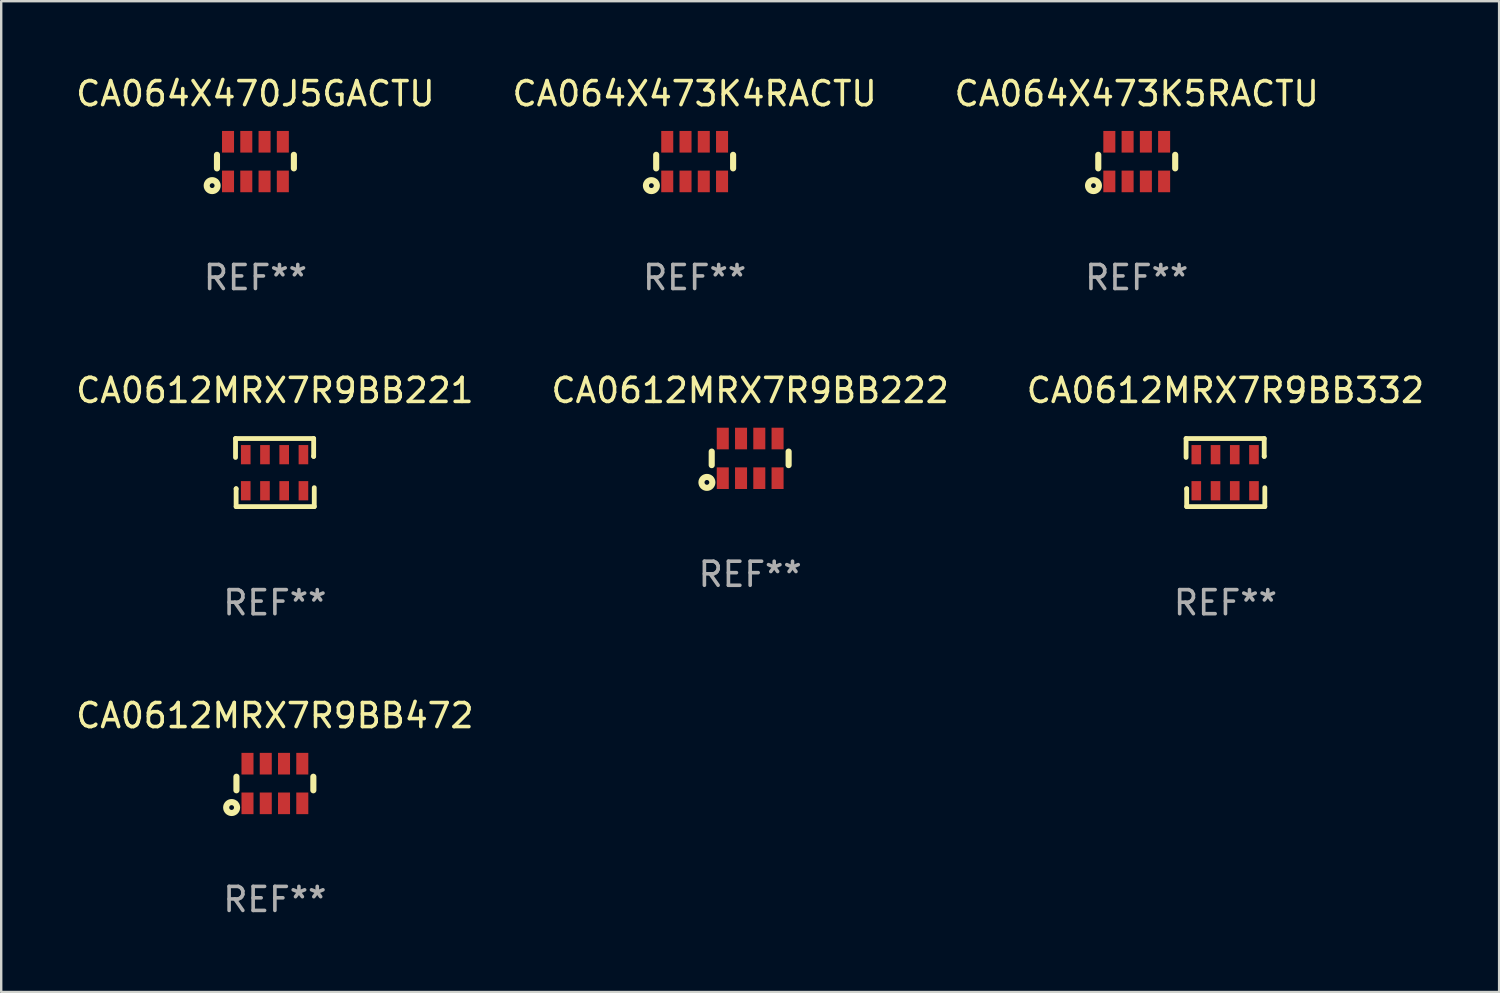
<source format=kicad_pcb>
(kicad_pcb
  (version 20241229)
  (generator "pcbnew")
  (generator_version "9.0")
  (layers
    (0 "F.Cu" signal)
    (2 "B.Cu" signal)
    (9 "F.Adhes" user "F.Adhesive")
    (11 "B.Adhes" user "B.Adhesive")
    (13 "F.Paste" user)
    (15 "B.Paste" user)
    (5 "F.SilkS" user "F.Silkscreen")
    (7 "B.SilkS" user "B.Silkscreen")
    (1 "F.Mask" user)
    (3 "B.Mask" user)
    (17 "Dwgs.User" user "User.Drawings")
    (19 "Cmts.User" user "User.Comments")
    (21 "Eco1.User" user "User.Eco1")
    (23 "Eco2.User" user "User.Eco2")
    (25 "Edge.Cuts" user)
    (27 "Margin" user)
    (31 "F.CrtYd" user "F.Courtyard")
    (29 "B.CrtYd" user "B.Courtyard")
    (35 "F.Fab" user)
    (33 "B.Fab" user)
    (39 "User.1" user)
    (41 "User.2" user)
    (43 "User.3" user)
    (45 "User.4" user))
  (footprint "CA064X470J5GACTU"
    (layer "F.Cu")
    (at 7.577 3.673)
    (property "Reference" "CA064X470J5GACTU" (at 0 -2.825 0) (layer "F.SilkS") (effects (font (size 1 1) (thickness 0.15))))
    (attr through_hole)
    (fp_line (start -1.6 -0.282) (end -1.6 0.282) (stroke (width 0.254) (type solid)) (layer "F.SilkS"))
    (fp_line (start 1.6 -0.282) (end 1.6 0.282) (stroke (width 0.254) (type solid)) (layer "F.SilkS"))
    (fp_circle (center -1.8 1) (end -1.7 1) (stroke (width 0.254) (type solid)) (fill no) (layer "F.SilkS"))
    (fp_circle (center -1.6 0.8) (end -1.57 0.8) (stroke (width 0.06) (type solid)) (fill no) (layer "F.SilkS"))
    (fp_text user "REF**" (at 0 4.825 0) (layer "F.Fab") (effects (font (size 1 1) (thickness 0.15))))
    (pad "1" smd rect (at -1.14 0.825 90) (size 0.9 0.5) (layers "F.Cu" "F.Mask" "F.Paste"))
    (pad "2" smd rect (at -0.38 0.825 90) (size 0.9 0.5) (layers "F.Cu" "F.Mask" "F.Paste"))
    (pad "3" smd rect (at 0.38 0.825 90) (size 0.9 0.5) (layers "F.Cu" "F.Mask" "F.Paste"))
    (pad "4" smd rect (at 1.14 0.825 90) (size 0.9 0.5) (layers "F.Cu" "F.Mask" "F.Paste"))
    (pad "5" smd rect (at 1.14 -0.825 90) (size 0.9 0.5) (layers "F.Cu" "F.Mask" "F.Paste"))
    (pad "6" smd rect (at 0.38 -0.825 90) (size 0.9 0.5) (layers "F.Cu" "F.Mask" "F.Paste"))
    (pad "7" smd rect (at -0.38 -0.825 90) (size 0.9 0.5) (layers "F.Cu" "F.Mask" "F.Paste"))
    (pad "8" smd rect (at -1.14 -0.825 90) (size 0.9 0.5) (layers "F.Cu" "F.Mask" "F.Paste")))
  (footprint "CA064X473K4RACTU"
    (layer "F.Cu")
    (at 25.851 3.673)
    (property "Reference" "CA064X473K4RACTU" (at 0 -2.825 0) (layer "F.SilkS") (effects (font (size 1 1) (thickness 0.15))))
    (attr through_hole)
    (fp_line (start -1.6 -0.282) (end -1.6 0.282) (stroke (width 0.254) (type solid)) (layer "F.SilkS"))
    (fp_line (start 1.6 -0.282) (end 1.6 0.282) (stroke (width 0.254) (type solid)) (layer "F.SilkS"))
    (fp_circle (center -1.8 1) (end -1.7 1) (stroke (width 0.254) (type solid)) (fill no) (layer "F.SilkS"))
    (fp_circle (center -1.6 0.8) (end -1.57 0.8) (stroke (width 0.06) (type solid)) (fill no) (layer "F.SilkS"))
    (fp_text user "REF**" (at 0 4.825 0) (layer "F.Fab") (effects (font (size 1 1) (thickness 0.15))))
    (pad "1" smd rect (at -1.14 0.825 90) (size 0.9 0.5) (layers "F.Cu" "F.Mask" "F.Paste"))
    (pad "2" smd rect (at -0.38 0.825 90) (size 0.9 0.5) (layers "F.Cu" "F.Mask" "F.Paste"))
    (pad "3" smd rect (at 0.38 0.825 90) (size 0.9 0.5) (layers "F.Cu" "F.Mask" "F.Paste"))
    (pad "4" smd rect (at 1.14 0.825 90) (size 0.9 0.5) (layers "F.Cu" "F.Mask" "F.Paste"))
    (pad "5" smd rect (at 1.14 -0.825 90) (size 0.9 0.5) (layers "F.Cu" "F.Mask" "F.Paste"))
    (pad "6" smd rect (at 0.38 -0.825 90) (size 0.9 0.5) (layers "F.Cu" "F.Mask" "F.Paste"))
    (pad "7" smd rect (at -0.38 -0.825 90) (size 0.9 0.5) (layers "F.Cu" "F.Mask" "F.Paste"))
    (pad "8" smd rect (at -1.14 -0.825 90) (size 0.9 0.5) (layers "F.Cu" "F.Mask" "F.Paste")))
  (footprint "CA0612MRX7R9BB221"
    (layer "F.Cu")
    (at 8.387 16.611)
    (property "Reference" "CA0612MRX7R9BB221" (at 0 -3.416 0) (layer "F.SilkS") (effects (font (size 1 1) (thickness 0.15))))
    (attr through_hole)
    (fp_line (start -1.638 -1.416) (end 1.613 -1.416) (stroke (width 0.2) (type solid)) (layer "F.SilkS"))
    (fp_line (start -1.638 -0.629) (end -1.638 -1.416) (stroke (width 0.2) (type solid)) (layer "F.SilkS"))
    (fp_line (start -1.613 0.673) (end -1.613 0.68) (stroke (width 0.2) (type solid)) (layer "F.SilkS"))
    (fp_line (start -1.613 1.416) (end -1.613 0.673) (stroke (width 0.2) (type solid)) (layer "F.SilkS"))
    (fp_line (start 1.613 -1.416) (end 1.613 -0.673) (stroke (width 0.2) (type solid)) (layer "F.SilkS"))
    (fp_line (start 1.613 -0.673) (end 1.613 -0.68) (stroke (width 0.2) (type solid)) (layer "F.SilkS"))
    (fp_line (start 1.638 0.629) (end 1.638 1.416) (stroke (width 0.2) (type solid)) (layer "F.SilkS"))
    (fp_line (start 1.638 1.416) (end -1.613 1.416) (stroke (width 0.2) (type solid)) (layer "F.SilkS"))
    (fp_circle (center -1.613 0.806) (end -1.583 0.806) (stroke (width 0.06) (type solid)) (fill no) (layer "F.SilkS"))
    (fp_text user "REF**" (at 0 5.416 0) (layer "F.Fab") (effects (font (size 1 1) (thickness 0.15))))
    (pad "1" smd rect (at -1.213 0.756 90) (size 0.8 0.4) (layers "F.Cu" "F.Mask" "F.Paste"))
    (pad "2" smd rect (at -0.413 0.756 90) (size 0.8 0.4) (layers "F.Cu" "F.Mask" "F.Paste"))
    (pad "3" smd rect (at 0.387 0.756 90) (size 0.8 0.4) (layers "F.Cu" "F.Mask" "F.Paste"))
    (pad "4" smd rect (at 1.187 0.756 90) (size 0.8 0.4) (layers "F.Cu" "F.Mask" "F.Paste"))
    (pad "5" smd rect (at 1.187 -0.744 90) (size 0.8 0.4) (layers "F.Cu" "F.Mask" "F.Paste"))
    (pad "6" smd rect (at 0.387 -0.744 90) (size 0.8 0.4) (layers "F.Cu" "F.Mask" "F.Paste"))
    (pad "7" smd rect (at -0.413 -0.744 90) (size 0.8 0.4) (layers "F.Cu" "F.Mask" "F.Paste"))
    (pad "8" smd rect (at -1.213 -0.744 90) (size 0.8 0.4) (layers "F.Cu" "F.Mask" "F.Paste")))
  (footprint "CA064X473K5RACTU"
    (layer "F.Cu")
    (at 44.244 3.673)
    (property "Reference" "CA064X473K5RACTU" (at 0 -2.825 0) (layer "F.SilkS") (effects (font (size 1 1) (thickness 0.15))))
    (attr through_hole)
    (fp_line (start -1.6 -0.282) (end -1.6 0.282) (stroke (width 0.254) (type solid)) (layer "F.SilkS"))
    (fp_line (start 1.6 -0.282) (end 1.6 0.282) (stroke (width 0.254) (type solid)) (layer "F.SilkS"))
    (fp_circle (center -1.8 1) (end -1.7 1) (stroke (width 0.254) (type solid)) (fill no) (layer "F.SilkS"))
    (fp_circle (center -1.6 0.8) (end -1.57 0.8) (stroke (width 0.06) (type solid)) (fill no) (layer "F.SilkS"))
    (fp_text user "REF**" (at 0 4.825 0) (layer "F.Fab") (effects (font (size 1 1) (thickness 0.15))))
    (pad "1" smd rect (at -1.14 0.825 90) (size 0.9 0.5) (layers "F.Cu" "F.Mask" "F.Paste"))
    (pad "2" smd rect (at -0.38 0.825 90) (size 0.9 0.5) (layers "F.Cu" "F.Mask" "F.Paste"))
    (pad "3" smd rect (at 0.38 0.825 90) (size 0.9 0.5) (layers "F.Cu" "F.Mask" "F.Paste"))
    (pad "4" smd rect (at 1.14 0.825 90) (size 0.9 0.5) (layers "F.Cu" "F.Mask" "F.Paste"))
    (pad "5" smd rect (at 1.14 -0.825 90) (size 0.9 0.5) (layers "F.Cu" "F.Mask" "F.Paste"))
    (pad "6" smd rect (at 0.38 -0.825 90) (size 0.9 0.5) (layers "F.Cu" "F.Mask" "F.Paste"))
    (pad "7" smd rect (at -0.38 -0.825 90) (size 0.9 0.5) (layers "F.Cu" "F.Mask" "F.Paste"))
    (pad "8" smd rect (at -1.14 -0.825 90) (size 0.9 0.5) (layers "F.Cu" "F.Mask" "F.Paste")))
  (footprint "CA0612MRX7R9BB222"
    (layer "F.Cu")
    (at 28.161 16.02)
    (property "Reference" "CA0612MRX7R9BB222" (at 0 -2.825 0) (layer "F.SilkS") (effects (font (size 1 1) (thickness 0.15))))
    (attr through_hole)
    (fp_line (start -1.6 -0.282) (end -1.6 0.282) (stroke (width 0.254) (type solid)) (layer "F.SilkS"))
    (fp_line (start 1.6 -0.282) (end 1.6 0.282) (stroke (width 0.254) (type solid)) (layer "F.SilkS"))
    (fp_circle (center -1.8 1) (end -1.7 1) (stroke (width 0.254) (type solid)) (fill no) (layer "F.SilkS"))
    (fp_circle (center -1.6 0.8) (end -1.57 0.8) (stroke (width 0.06) (type solid)) (fill no) (layer "F.SilkS"))
    (fp_text user "REF**" (at 0 4.825 0) (layer "F.Fab") (effects (font (size 1 1) (thickness 0.15))))
    (pad "1" smd rect (at -1.14 0.825 90) (size 0.9 0.5) (layers "F.Cu" "F.Mask" "F.Paste"))
    (pad "2" smd rect (at -0.38 0.825 90) (size 0.9 0.5) (layers "F.Cu" "F.Mask" "F.Paste"))
    (pad "3" smd rect (at 0.38 0.825 90) (size 0.9 0.5) (layers "F.Cu" "F.Mask" "F.Paste"))
    (pad "4" smd rect (at 1.14 0.825 90) (size 0.9 0.5) (layers "F.Cu" "F.Mask" "F.Paste"))
    (pad "5" smd rect (at 1.14 -0.825 90) (size 0.9 0.5) (layers "F.Cu" "F.Mask" "F.Paste"))
    (pad "6" smd rect (at 0.38 -0.825 90) (size 0.9 0.5) (layers "F.Cu" "F.Mask" "F.Paste"))
    (pad "7" smd rect (at -0.38 -0.825 90) (size 0.9 0.5) (layers "F.Cu" "F.Mask" "F.Paste"))
    (pad "8" smd rect (at -1.14 -0.825 90) (size 0.9 0.5) (layers "F.Cu" "F.Mask" "F.Paste")))
  (footprint "CA0612MRX7R9BB472"
    (layer "F.Cu")
    (at 8.387 29.548)
    (property "Reference" "CA0612MRX7R9BB472" (at 0 -2.825 0) (layer "F.SilkS") (effects (font (size 1 1) (thickness 0.15))))
    (attr through_hole)
    (fp_line (start -1.6 -0.282) (end -1.6 0.282) (stroke (width 0.254) (type solid)) (layer "F.SilkS"))
    (fp_line (start 1.6 -0.282) (end 1.6 0.282) (stroke (width 0.254) (type solid)) (layer "F.SilkS"))
    (fp_circle (center -1.8 1) (end -1.7 1) (stroke (width 0.254) (type solid)) (fill no) (layer "F.SilkS"))
    (fp_circle (center -1.6 0.8) (end -1.57 0.8) (stroke (width 0.06) (type solid)) (fill no) (layer "F.SilkS"))
    (fp_text user "REF**" (at 0 4.825 0) (layer "F.Fab") (effects (font (size 1 1) (thickness 0.15))))
    (pad "1" smd rect (at -1.14 0.825 90) (size 0.9 0.5) (layers "F.Cu" "F.Mask" "F.Paste"))
    (pad "2" smd rect (at -0.38 0.825 90) (size 0.9 0.5) (layers "F.Cu" "F.Mask" "F.Paste"))
    (pad "3" smd rect (at 0.38 0.825 90) (size 0.9 0.5) (layers "F.Cu" "F.Mask" "F.Paste"))
    (pad "4" smd rect (at 1.14 0.825 90) (size 0.9 0.5) (layers "F.Cu" "F.Mask" "F.Paste"))
    (pad "5" smd rect (at 1.14 -0.825 90) (size 0.9 0.5) (layers "F.Cu" "F.Mask" "F.Paste"))
    (pad "6" smd rect (at 0.38 -0.825 90) (size 0.9 0.5) (layers "F.Cu" "F.Mask" "F.Paste"))
    (pad "7" smd rect (at -0.38 -0.825 90) (size 0.9 0.5) (layers "F.Cu" "F.Mask" "F.Paste"))
    (pad "8" smd rect (at -1.14 -0.825 90) (size 0.9 0.5) (layers "F.Cu" "F.Mask" "F.Paste")))
  (footprint "CA0612MRX7R9BB332"
    (layer "F.Cu")
    (at 47.935 16.611)
    (property "Reference" "CA0612MRX7R9BB332" (at 0 -3.416 0) (layer "F.SilkS") (effects (font (size 1 1) (thickness 0.15))))
    (attr through_hole)
    (fp_line (start -1.638 -1.416) (end 1.613 -1.416) (stroke (width 0.2) (type solid)) (layer "F.SilkS"))
    (fp_line (start -1.638 -0.629) (end -1.638 -1.416) (stroke (width 0.2) (type solid)) (layer "F.SilkS"))
    (fp_line (start -1.613 0.673) (end -1.613 0.68) (stroke (width 0.2) (type solid)) (layer "F.SilkS"))
    (fp_line (start -1.613 1.416) (end -1.613 0.673) (stroke (width 0.2) (type solid)) (layer "F.SilkS"))
    (fp_line (start 1.613 -1.416) (end 1.613 -0.673) (stroke (width 0.2) (type solid)) (layer "F.SilkS"))
    (fp_line (start 1.613 -0.673) (end 1.613 -0.68) (stroke (width 0.2) (type solid)) (layer "F.SilkS"))
    (fp_line (start 1.638 0.629) (end 1.638 1.416) (stroke (width 0.2) (type solid)) (layer "F.SilkS"))
    (fp_line (start 1.638 1.416) (end -1.613 1.416) (stroke (width 0.2) (type solid)) (layer "F.SilkS"))
    (fp_circle (center -1.613 0.806) (end -1.583 0.806) (stroke (width 0.06) (type solid)) (fill no) (layer "F.SilkS"))
    (fp_text user "REF**" (at 0 5.416 0) (layer "F.Fab") (effects (font (size 1 1) (thickness 0.15))))
    (pad "1" smd rect (at -1.213 0.756 90) (size 0.8 0.4) (layers "F.Cu" "F.Mask" "F.Paste"))
    (pad "2" smd rect (at -0.413 0.756 90) (size 0.8 0.4) (layers "F.Cu" "F.Mask" "F.Paste"))
    (pad "3" smd rect (at 0.387 0.756 90) (size 0.8 0.4) (layers "F.Cu" "F.Mask" "F.Paste"))
    (pad "4" smd rect (at 1.187 0.756 90) (size 0.8 0.4) (layers "F.Cu" "F.Mask" "F.Paste"))
    (pad "5" smd rect (at 1.187 -0.744 90) (size 0.8 0.4) (layers "F.Cu" "F.Mask" "F.Paste"))
    (pad "6" smd rect (at 0.387 -0.744 90) (size 0.8 0.4) (layers "F.Cu" "F.Mask" "F.Paste"))
    (pad "7" smd rect (at -0.413 -0.744 90) (size 0.8 0.4) (layers "F.Cu" "F.Mask" "F.Paste"))
    (pad "8" smd rect (at -1.213 -0.744 90) (size 0.8 0.4) (layers "F.Cu" "F.Mask" "F.Paste")))
  (gr_rect
    (start -3 -3)
    (end 59.321 38.222)
    (stroke (width 0.1) (type default))
    (fill no)
    (layer "Edge.Cuts")))
</source>
